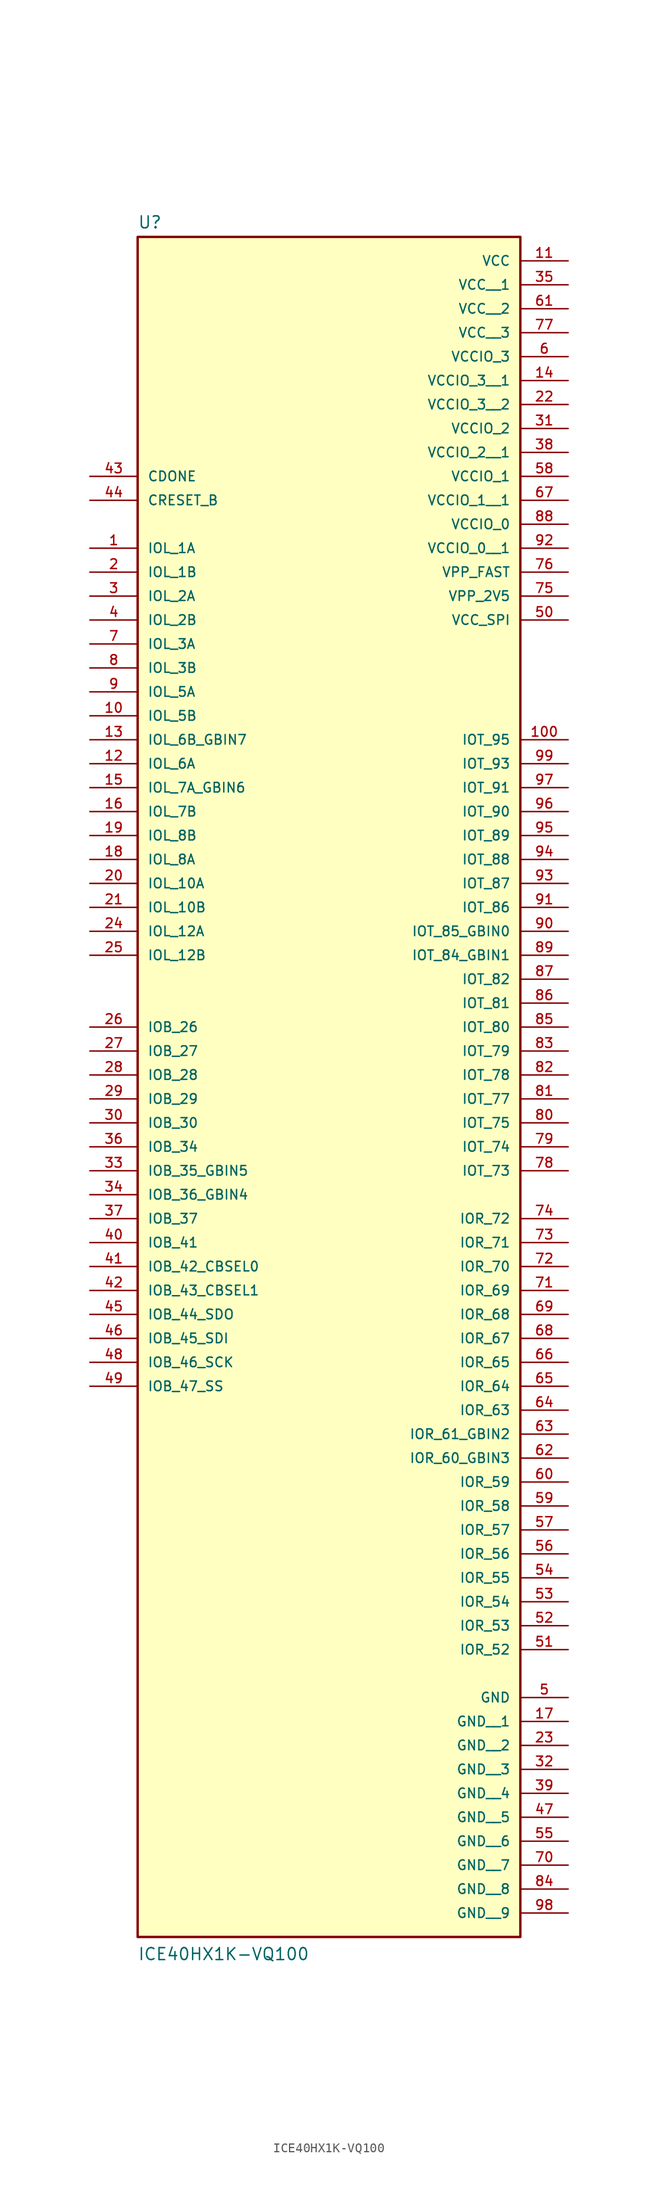
<source format=kicad_sym>
(kicad_symbol_lib
  (version 20231120)
  (generator "kicad_symbol_editor")
  (generator_version "8.0")
  (symbol "ICE40HX1K-VQ100"
    (pin_names
      (offset 1.016))
    (property "Reference" "U"
      (at -20.332 69.383 0)
      (effects (font (size 1.27 1.27)) (justify left bottom)))
    (property "Value" "ICE40HX1K-VQ100"
      (at -20.326 -114.322 0)
      (effects (font (size 1.27 1.27)) (justify left bottom)))
    (symbol "ICE40HX1K-VQ100_0_0"
      (rectangle (start -20.32 68.58) (end 20.32 -111.76) (stroke (width 0.254) (type default)) (fill (type background)))
      (pin bidirectional line (at -25.4 35.56 0) (length 5.08) (name "IOL_1A" (effects (font (size 1.016 1.016)))) (number "1" (effects (font (size 1.016 1.016)))))
      (pin bidirectional line (at -25.4 17.78 0) (length 5.08) (name "IOL_5B" (effects (font (size 1.016 1.016)))) (number "10" (effects (font (size 1.016 1.016)))))
      (pin bidirectional line (at 25.4 15.24 180) (length 5.08) (name "IOT_95" (effects (font (size 1.016 1.016)))) (number "100" (effects (font (size 1.016 1.016)))))
      (pin power_in line (at 25.4 66.04 180) (length 5.08) (name "VCC" (effects (font (size 1.016 1.016)))) (number "11" (effects (font (size 1.016 1.016)))))
      (pin bidirectional line (at -25.4 12.7 0) (length 5.08) (name "IOL_6A" (effects (font (size 1.016 1.016)))) (number "12" (effects (font (size 1.016 1.016)))))
      (pin bidirectional line (at -25.4 15.24 0) (length 5.08) (name "IOL_6B_GBIN7" (effects (font (size 1.016 1.016)))) (number "13" (effects (font (size 1.016 1.016)))))
      (pin power_in line (at 25.4 53.34 180) (length 5.08) (name "VCCIO_3__1" (effects (font (size 1.016 1.016)))) (number "14" (effects (font (size 1.016 1.016)))))
      (pin bidirectional line (at -25.4 10.16 0) (length 5.08) (name "IOL_7A_GBIN6" (effects (font (size 1.016 1.016)))) (number "15" (effects (font (size 1.016 1.016)))))
      (pin bidirectional line (at -25.4 7.62 0) (length 5.08) (name "IOL_7B" (effects (font (size 1.016 1.016)))) (number "16" (effects (font (size 1.016 1.016)))))
      (pin power_in line (at 25.4 -88.9 180) (length 5.08) (name "GND__1" (effects (font (size 1.016 1.016)))) (number "17" (effects (font (size 1.016 1.016)))))
      (pin bidirectional line (at -25.4 2.54 0) (length 5.08) (name "IOL_8A" (effects (font (size 1.016 1.016)))) (number "18" (effects (font (size 1.016 1.016)))))
      (pin bidirectional line (at -25.4 5.08 0) (length 5.08) (name "IOL_8B" (effects (font (size 1.016 1.016)))) (number "19" (effects (font (size 1.016 1.016)))))
      (pin bidirectional line (at -25.4 33.02 0) (length 5.08) (name "IOL_1B" (effects (font (size 1.016 1.016)))) (number "2" (effects (font (size 1.016 1.016)))))
      (pin bidirectional line (at -25.4 0 0) (length 5.08) (name "IOL_10A" (effects (font (size 1.016 1.016)))) (number "20" (effects (font (size 1.016 1.016)))))
      (pin bidirectional line (at -25.4 -2.54 0) (length 5.08) (name "IOL_10B" (effects (font (size 1.016 1.016)))) (number "21" (effects (font (size 1.016 1.016)))))
      (pin power_in line (at 25.4 50.8 180) (length 5.08) (name "VCCIO_3__2" (effects (font (size 1.016 1.016)))) (number "22" (effects (font (size 1.016 1.016)))))
      (pin power_in line (at 25.4 -91.44 180) (length 5.08) (name "GND__2" (effects (font (size 1.016 1.016)))) (number "23" (effects (font (size 1.016 1.016)))))
      (pin bidirectional line (at -25.4 -5.08 0) (length 5.08) (name "IOL_12A" (effects (font (size 1.016 1.016)))) (number "24" (effects (font (size 1.016 1.016)))))
      (pin bidirectional line (at -25.4 -7.62 0) (length 5.08) (name "IOL_12B" (effects (font (size 1.016 1.016)))) (number "25" (effects (font (size 1.016 1.016)))))
      (pin bidirectional line (at -25.4 -15.24 0) (length 5.08) (name "IOB_26" (effects (font (size 1.016 1.016)))) (number "26" (effects (font (size 1.016 1.016)))))
      (pin bidirectional line (at -25.4 -17.78 0) (length 5.08) (name "IOB_27" (effects (font (size 1.016 1.016)))) (number "27" (effects (font (size 1.016 1.016)))))
      (pin bidirectional line (at -25.4 -20.32 0) (length 5.08) (name "IOB_28" (effects (font (size 1.016 1.016)))) (number "28" (effects (font (size 1.016 1.016)))))
      (pin bidirectional line (at -25.4 -22.86 0) (length 5.08) (name "IOB_29" (effects (font (size 1.016 1.016)))) (number "29" (effects (font (size 1.016 1.016)))))
      (pin bidirectional line (at -25.4 30.48 0) (length 5.08) (name "IOL_2A" (effects (font (size 1.016 1.016)))) (number "3" (effects (font (size 1.016 1.016)))))
      (pin bidirectional line (at -25.4 -25.4 0) (length 5.08) (name "IOB_30" (effects (font (size 1.016 1.016)))) (number "30" (effects (font (size 1.016 1.016)))))
      (pin power_in line (at 25.4 48.26 180) (length 5.08) (name "VCCIO_2" (effects (font (size 1.016 1.016)))) (number "31" (effects (font (size 1.016 1.016)))))
      (pin power_in line (at 25.4 -93.98 180) (length 5.08) (name "GND__3" (effects (font (size 1.016 1.016)))) (number "32" (effects (font (size 1.016 1.016)))))
      (pin bidirectional line (at -25.4 -30.48 0) (length 5.08) (name "IOB_35_GBIN5" (effects (font (size 1.016 1.016)))) (number "33" (effects (font (size 1.016 1.016)))))
      (pin bidirectional line (at -25.4 -33.02 0) (length 5.08) (name "IOB_36_GBIN4" (effects (font (size 1.016 1.016)))) (number "34" (effects (font (size 1.016 1.016)))))
      (pin power_in line (at 25.4 63.5 180) (length 5.08) (name "VCC__1" (effects (font (size 1.016 1.016)))) (number "35" (effects (font (size 1.016 1.016)))))
      (pin bidirectional line (at -25.4 -27.94 0) (length 5.08) (name "IOB_34" (effects (font (size 1.016 1.016)))) (number "36" (effects (font (size 1.016 1.016)))))
      (pin bidirectional line (at -25.4 -35.56 0) (length 5.08) (name "IOB_37" (effects (font (size 1.016 1.016)))) (number "37" (effects (font (size 1.016 1.016)))))
      (pin power_in line (at 25.4 45.72 180) (length 5.08) (name "VCCIO_2__1" (effects (font (size 1.016 1.016)))) (number "38" (effects (font (size 1.016 1.016)))))
      (pin power_in line (at 25.4 -96.52 180) (length 5.08) (name "GND__4" (effects (font (size 1.016 1.016)))) (number "39" (effects (font (size 1.016 1.016)))))
      (pin bidirectional line (at -25.4 27.94 0) (length 5.08) (name "IOL_2B" (effects (font (size 1.016 1.016)))) (number "4" (effects (font (size 1.016 1.016)))))
      (pin bidirectional line (at -25.4 -38.1 0) (length 5.08) (name "IOB_41" (effects (font (size 1.016 1.016)))) (number "40" (effects (font (size 1.016 1.016)))))
      (pin bidirectional line (at -25.4 -40.64 0) (length 5.08) (name "IOB_42_CBSEL0" (effects (font (size 1.016 1.016)))) (number "41" (effects (font (size 1.016 1.016)))))
      (pin bidirectional line (at -25.4 -43.18 0) (length 5.08) (name "IOB_43_CBSEL1" (effects (font (size 1.016 1.016)))) (number "42" (effects (font (size 1.016 1.016)))))
      (pin input line (at -25.4 43.18 0) (length 5.08) (name "CDONE" (effects (font (size 1.016 1.016)))) (number "43" (effects (font (size 1.016 1.016)))))
      (pin input line (at -25.4 40.64 0) (length 5.08) (name "CRESET_B" (effects (font (size 1.016 1.016)))) (number "44" (effects (font (size 1.016 1.016)))))
      (pin bidirectional line (at -25.4 -45.72 0) (length 5.08) (name "IOB_44_SDO" (effects (font (size 1.016 1.016)))) (number "45" (effects (font (size 1.016 1.016)))))
      (pin bidirectional line (at -25.4 -48.26 0) (length 5.08) (name "IOB_45_SDI" (effects (font (size 1.016 1.016)))) (number "46" (effects (font (size 1.016 1.016)))))
      (pin power_in line (at 25.4 -99.06 180) (length 5.08) (name "GND__5" (effects (font (size 1.016 1.016)))) (number "47" (effects (font (size 1.016 1.016)))))
      (pin bidirectional line (at -25.4 -50.8 0) (length 5.08) (name "IOB_46_SCK" (effects (font (size 1.016 1.016)))) (number "48" (effects (font (size 1.016 1.016)))))
      (pin bidirectional line (at -25.4 -53.34 0) (length 5.08) (name "IOB_47_SS" (effects (font (size 1.016 1.016)))) (number "49" (effects (font (size 1.016 1.016)))))
      (pin power_in line (at 25.4 -86.36 180) (length 5.08) (name "GND" (effects (font (size 1.016 1.016)))) (number "5" (effects (font (size 1.016 1.016)))))
      (pin power_in line (at 25.4 27.94 180) (length 5.08) (name "VCC_SPI" (effects (font (size 1.016 1.016)))) (number "50" (effects (font (size 1.016 1.016)))))
      (pin bidirectional line (at 25.4 -81.28 180) (length 5.08) (name "IOR_52" (effects (font (size 1.016 1.016)))) (number "51" (effects (font (size 1.016 1.016)))))
      (pin bidirectional line (at 25.4 -78.74 180) (length 5.08) (name "IOR_53" (effects (font (size 1.016 1.016)))) (number "52" (effects (font (size 1.016 1.016)))))
      (pin bidirectional line (at 25.4 -76.2 180) (length 5.08) (name "IOR_54" (effects (font (size 1.016 1.016)))) (number "53" (effects (font (size 1.016 1.016)))))
      (pin bidirectional line (at 25.4 -73.66 180) (length 5.08) (name "IOR_55" (effects (font (size 1.016 1.016)))) (number "54" (effects (font (size 1.016 1.016)))))
      (pin power_in line (at 25.4 -101.6 180) (length 5.08) (name "GND__6" (effects (font (size 1.016 1.016)))) (number "55" (effects (font (size 1.016 1.016)))))
      (pin bidirectional line (at 25.4 -71.12 180) (length 5.08) (name "IOR_56" (effects (font (size 1.016 1.016)))) (number "56" (effects (font (size 1.016 1.016)))))
      (pin bidirectional line (at 25.4 -68.58 180) (length 5.08) (name "IOR_57" (effects (font (size 1.016 1.016)))) (number "57" (effects (font (size 1.016 1.016)))))
      (pin power_in line (at 25.4 43.18 180) (length 5.08) (name "VCCIO_1" (effects (font (size 1.016 1.016)))) (number "58" (effects (font (size 1.016 1.016)))))
      (pin bidirectional line (at 25.4 -66.04 180) (length 5.08) (name "IOR_58" (effects (font (size 1.016 1.016)))) (number "59" (effects (font (size 1.016 1.016)))))
      (pin power_in line (at 25.4 55.88 180) (length 5.08) (name "VCCIO_3" (effects (font (size 1.016 1.016)))) (number "6" (effects (font (size 1.016 1.016)))))
      (pin bidirectional line (at 25.4 -63.5 180) (length 5.08) (name "IOR_59" (effects (font (size 1.016 1.016)))) (number "60" (effects (font (size 1.016 1.016)))))
      (pin power_in line (at 25.4 60.96 180) (length 5.08) (name "VCC__2" (effects (font (size 1.016 1.016)))) (number "61" (effects (font (size 1.016 1.016)))))
      (pin bidirectional line (at 25.4 -60.96 180) (length 5.08) (name "IOR_60_GBIN3" (effects (font (size 1.016 1.016)))) (number "62" (effects (font (size 1.016 1.016)))))
      (pin bidirectional line (at 25.4 -58.42 180) (length 5.08) (name "IOR_61_GBIN2" (effects (font (size 1.016 1.016)))) (number "63" (effects (font (size 1.016 1.016)))))
      (pin bidirectional line (at 25.4 -55.88 180) (length 5.08) (name "IOR_63" (effects (font (size 1.016 1.016)))) (number "64" (effects (font (size 1.016 1.016)))))
      (pin bidirectional line (at 25.4 -53.34 180) (length 5.08) (name "IOR_64" (effects (font (size 1.016 1.016)))) (number "65" (effects (font (size 1.016 1.016)))))
      (pin bidirectional line (at 25.4 -50.8 180) (length 5.08) (name "IOR_65" (effects (font (size 1.016 1.016)))) (number "66" (effects (font (size 1.016 1.016)))))
      (pin power_in line (at 25.4 40.64 180) (length 5.08) (name "VCCIO_1__1" (effects (font (size 1.016 1.016)))) (number "67" (effects (font (size 1.016 1.016)))))
      (pin bidirectional line (at 25.4 -48.26 180) (length 5.08) (name "IOR_67" (effects (font (size 1.016 1.016)))) (number "68" (effects (font (size 1.016 1.016)))))
      (pin bidirectional line (at 25.4 -45.72 180) (length 5.08) (name "IOR_68" (effects (font (size 1.016 1.016)))) (number "69" (effects (font (size 1.016 1.016)))))
      (pin bidirectional line (at -25.4 25.4 0) (length 5.08) (name "IOL_3A" (effects (font (size 1.016 1.016)))) (number "7" (effects (font (size 1.016 1.016)))))
      (pin power_in line (at 25.4 -104.14 180) (length 5.08) (name "GND__7" (effects (font (size 1.016 1.016)))) (number "70" (effects (font (size 1.016 1.016)))))
      (pin bidirectional line (at 25.4 -43.18 180) (length 5.08) (name "IOR_69" (effects (font (size 1.016 1.016)))) (number "71" (effects (font (size 1.016 1.016)))))
      (pin bidirectional line (at 25.4 -40.64 180) (length 5.08) (name "IOR_70" (effects (font (size 1.016 1.016)))) (number "72" (effects (font (size 1.016 1.016)))))
      (pin bidirectional line (at 25.4 -38.1 180) (length 5.08) (name "IOR_71" (effects (font (size 1.016 1.016)))) (number "73" (effects (font (size 1.016 1.016)))))
      (pin bidirectional line (at 25.4 -35.56 180) (length 5.08) (name "IOR_72" (effects (font (size 1.016 1.016)))) (number "74" (effects (font (size 1.016 1.016)))))
      (pin power_in line (at 25.4 30.48 180) (length 5.08) (name "VPP_2V5" (effects (font (size 1.016 1.016)))) (number "75" (effects (font (size 1.016 1.016)))))
      (pin power_in line (at 25.4 33.02 180) (length 5.08) (name "VPP_FAST" (effects (font (size 1.016 1.016)))) (number "76" (effects (font (size 1.016 1.016)))))
      (pin power_in line (at 25.4 58.42 180) (length 5.08) (name "VCC__3" (effects (font (size 1.016 1.016)))) (number "77" (effects (font (size 1.016 1.016)))))
      (pin bidirectional line (at 25.4 -30.48 180) (length 5.08) (name "IOT_73" (effects (font (size 1.016 1.016)))) (number "78" (effects (font (size 1.016 1.016)))))
      (pin bidirectional line (at 25.4 -27.94 180) (length 5.08) (name "IOT_74" (effects (font (size 1.016 1.016)))) (number "79" (effects (font (size 1.016 1.016)))))
      (pin bidirectional line (at -25.4 22.86 0) (length 5.08) (name "IOL_3B" (effects (font (size 1.016 1.016)))) (number "8" (effects (font (size 1.016 1.016)))))
      (pin bidirectional line (at 25.4 -25.4 180) (length 5.08) (name "IOT_75" (effects (font (size 1.016 1.016)))) (number "80" (effects (font (size 1.016 1.016)))))
      (pin bidirectional line (at 25.4 -22.86 180) (length 5.08) (name "IOT_77" (effects (font (size 1.016 1.016)))) (number "81" (effects (font (size 1.016 1.016)))))
      (pin bidirectional line (at 25.4 -20.32 180) (length 5.08) (name "IOT_78" (effects (font (size 1.016 1.016)))) (number "82" (effects (font (size 1.016 1.016)))))
      (pin bidirectional line (at 25.4 -17.78 180) (length 5.08) (name "IOT_79" (effects (font (size 1.016 1.016)))) (number "83" (effects (font (size 1.016 1.016)))))
      (pin power_in line (at 25.4 -106.68 180) (length 5.08) (name "GND__8" (effects (font (size 1.016 1.016)))) (number "84" (effects (font (size 1.016 1.016)))))
      (pin bidirectional line (at 25.4 -15.24 180) (length 5.08) (name "IOT_80" (effects (font (size 1.016 1.016)))) (number "85" (effects (font (size 1.016 1.016)))))
      (pin bidirectional line (at 25.4 -12.7 180) (length 5.08) (name "IOT_81" (effects (font (size 1.016 1.016)))) (number "86" (effects (font (size 1.016 1.016)))))
      (pin bidirectional line (at 25.4 -10.16 180) (length 5.08) (name "IOT_82" (effects (font (size 1.016 1.016)))) (number "87" (effects (font (size 1.016 1.016)))))
      (pin power_in line (at 25.4 38.1 180) (length 5.08) (name "VCCIO_0" (effects (font (size 1.016 1.016)))) (number "88" (effects (font (size 1.016 1.016)))))
      (pin bidirectional line (at 25.4 -7.62 180) (length 5.08) (name "IOT_84_GBIN1" (effects (font (size 1.016 1.016)))) (number "89" (effects (font (size 1.016 1.016)))))
      (pin bidirectional line (at -25.4 20.32 0) (length 5.08) (name "IOL_5A" (effects (font (size 1.016 1.016)))) (number "9" (effects (font (size 1.016 1.016)))))
      (pin bidirectional line (at 25.4 -5.08 180) (length 5.08) (name "IOT_85_GBIN0" (effects (font (size 1.016 1.016)))) (number "90" (effects (font (size 1.016 1.016)))))
      (pin bidirectional line (at 25.4 -2.54 180) (length 5.08) (name "IOT_86" (effects (font (size 1.016 1.016)))) (number "91" (effects (font (size 1.016 1.016)))))
      (pin power_in line (at 25.4 35.56 180) (length 5.08) (name "VCCIO_0__1" (effects (font (size 1.016 1.016)))) (number "92" (effects (font (size 1.016 1.016)))))
      (pin bidirectional line (at 25.4 0 180) (length 5.08) (name "IOT_87" (effects (font (size 1.016 1.016)))) (number "93" (effects (font (size 1.016 1.016)))))
      (pin bidirectional line (at 25.4 2.54 180) (length 5.08) (name "IOT_88" (effects (font (size 1.016 1.016)))) (number "94" (effects (font (size 1.016 1.016)))))
      (pin bidirectional line (at 25.4 5.08 180) (length 5.08) (name "IOT_89" (effects (font (size 1.016 1.016)))) (number "95" (effects (font (size 1.016 1.016)))))
      (pin bidirectional line (at 25.4 7.62 180) (length 5.08) (name "IOT_90" (effects (font (size 1.016 1.016)))) (number "96" (effects (font (size 1.016 1.016)))))
      (pin bidirectional line (at 25.4 10.16 180) (length 5.08) (name "IOT_91" (effects (font (size 1.016 1.016)))) (number "97" (effects (font (size 1.016 1.016)))))
      (pin power_in line (at 25.4 -109.22 180) (length 5.08) (name "GND__9" (effects (font (size 1.016 1.016)))) (number "98" (effects (font (size 1.016 1.016)))))
      (pin bidirectional line (at 25.4 12.7 180) (length 5.08) (name "IOT_93" (effects (font (size 1.016 1.016)))) (number "99" (effects (font (size 1.016 1.016))))))))
</source>
